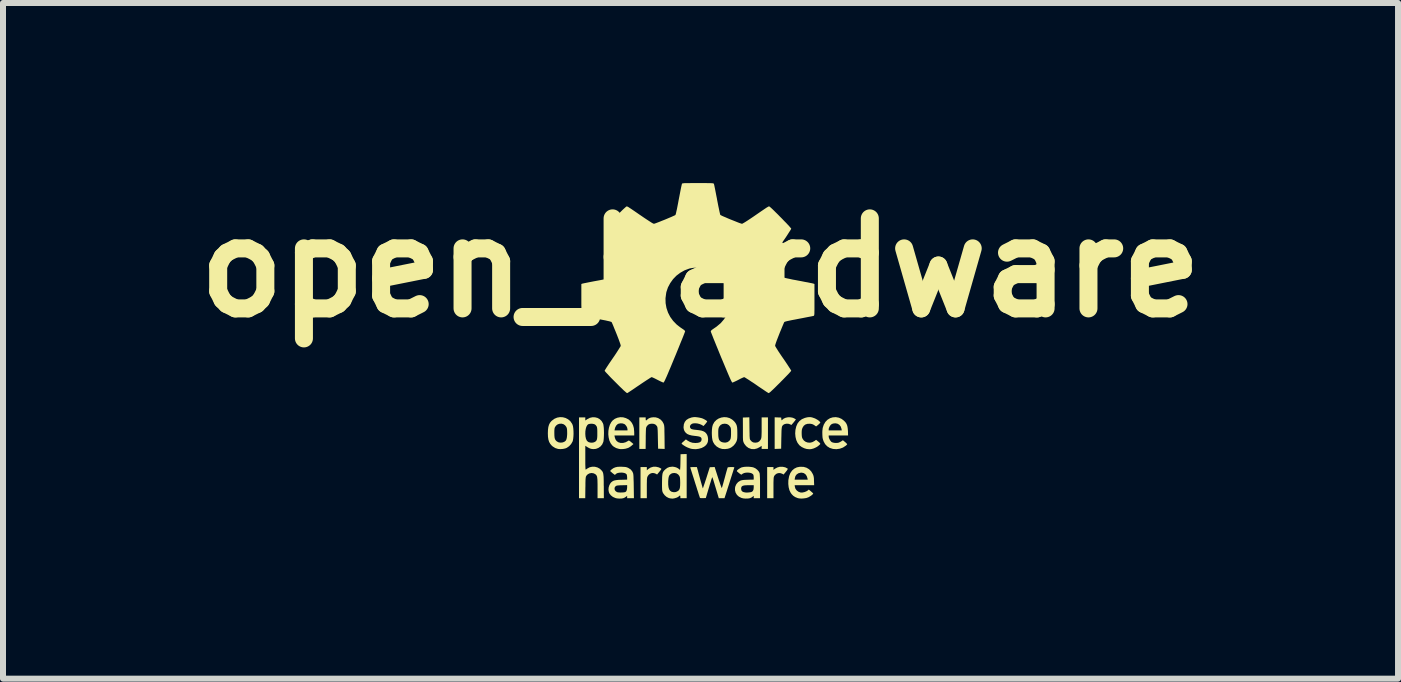
<source format=kicad_pcb>
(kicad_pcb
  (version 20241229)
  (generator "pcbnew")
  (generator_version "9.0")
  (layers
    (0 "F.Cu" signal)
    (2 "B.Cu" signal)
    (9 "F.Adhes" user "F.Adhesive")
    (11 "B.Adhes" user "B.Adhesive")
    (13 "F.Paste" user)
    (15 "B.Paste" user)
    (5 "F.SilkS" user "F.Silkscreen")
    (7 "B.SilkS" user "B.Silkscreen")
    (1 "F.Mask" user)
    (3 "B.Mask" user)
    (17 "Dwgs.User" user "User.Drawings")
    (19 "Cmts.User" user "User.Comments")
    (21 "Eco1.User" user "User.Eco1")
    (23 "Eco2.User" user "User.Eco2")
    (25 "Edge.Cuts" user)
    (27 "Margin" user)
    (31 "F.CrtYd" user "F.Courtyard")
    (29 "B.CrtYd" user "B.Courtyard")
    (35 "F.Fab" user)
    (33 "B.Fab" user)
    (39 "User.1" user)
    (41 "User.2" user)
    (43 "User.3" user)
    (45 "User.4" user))
  (footprint "open_hardware"
    (layer "F.Cu")
    (at 8.575 2.629)
    (property "Reference" "open_hardware" (at 0.046 -1.219 0) (layer "F.SilkS") (effects (font (size 1.5 1.5) (thickness 0.3))))
    (attr board_only exclude_from_pos_files exclude_from_bom)
    (fp_poly (pts (xy 1.46 2.108) (xy 1.498 2.128) (xy 1.5 2.133) (xy 1.497 2.142) (xy 1.488 2.157) (xy 1.47 2.18) (xy 1.469 2.181) (xy 1.431 2.227) (xy 1.405 2.213) (xy 1.372 2.203) (xy 1.339 2.204) (xy 1.309 2.216) (xy 1.284 2.238) (xy 1.273 2.255) (xy 1.27 2.263) (xy 1.267 2.273) (xy 1.265 2.287) (xy 1.264 2.307) (xy 1.263 2.334) (xy 1.262 2.369) (xy 1.262 2.415) (xy 1.262 2.45) (xy 1.262 2.622) (xy 1.209 2.622) (xy 1.157 2.622) (xy 1.157 2.363) (xy 1.157 2.103) (xy 1.209 2.103) (xy 1.262 2.103) (xy 1.262 2.126) (xy 1.262 2.15) (xy 1.285 2.132) (xy 1.325 2.11) (xy 1.369 2.098) (xy 1.415 2.098)) (stroke (width 0) (type solid)) (fill yes) (layer "F.SilkS"))
    (fp_poly (pts (xy -0.653 2.107) (xy -0.639 2.113) (xy -0.621 2.122) (xy -0.608 2.13) (xy -0.605 2.134) (xy -0.609 2.141) (xy -0.619 2.156) (xy -0.634 2.175) (xy -0.641 2.183) (xy -0.677 2.227) (xy -0.699 2.214) (xy -0.729 2.203) (xy -0.762 2.202) (xy -0.792 2.213) (xy -0.818 2.233) (xy -0.833 2.254) (xy -0.837 2.263) (xy -0.841 2.273) (xy -0.844 2.284) (xy -0.845 2.299) (xy -0.847 2.32) (xy -0.847 2.347) (xy -0.848 2.383) (xy -0.848 2.43) (xy -0.848 2.453) (xy -0.848 2.622) (xy -0.9 2.622) (xy -0.953 2.622) (xy -0.953 2.363) (xy -0.953 2.103) (xy -0.9 2.103) (xy -0.848 2.103) (xy -0.848 2.13) (xy -0.848 2.157) (xy -0.822 2.134) (xy -0.785 2.111) (xy -0.742 2.098) (xy -0.698 2.097)) (stroke (width 0) (type solid)) (fill yes) (layer "F.SilkS"))
    (fp_poly (pts (xy 1.547 1.274) (xy 1.586 1.282) (xy 1.615 1.296) (xy 1.636 1.309) (xy 1.624 1.326) (xy 1.612 1.341) (xy 1.596 1.361) (xy 1.586 1.373) (xy 1.56 1.402) (xy 1.54 1.391) (xy 1.513 1.382) (xy 1.483 1.38) (xy 1.455 1.385) (xy 1.437 1.392) (xy 1.426 1.4) (xy 1.417 1.408) (xy 1.41 1.417) (xy 1.404 1.429) (xy 1.401 1.445) (xy 1.398 1.468) (xy 1.396 1.499) (xy 1.395 1.538) (xy 1.394 1.589) (xy 1.393 1.617) (xy 1.39 1.797) (xy 1.336 1.799) (xy 1.282 1.801) (xy 1.282 1.538) (xy 1.282 1.274) (xy 1.336 1.276) (xy 1.39 1.278) (xy 1.393 1.304) (xy 1.396 1.32) (xy 1.399 1.324) (xy 1.405 1.32) (xy 1.405 1.319) (xy 1.432 1.296) (xy 1.466 1.281) (xy 1.506 1.273)) (stroke (width 0) (type solid)) (fill yes) (layer "F.SilkS"))
    (fp_poly (pts (xy 0.862 1.455) (xy 0.863 1.509) (xy 0.864 1.551) (xy 0.864 1.583) (xy 0.866 1.607) (xy 0.867 1.624) (xy 0.869 1.636) (xy 0.872 1.644) (xy 0.875 1.65) (xy 0.878 1.654) (xy 0.9 1.678) (xy 0.924 1.692) (xy 0.953 1.696) (xy 0.958 1.697) (xy 0.995 1.692) (xy 1.023 1.677) (xy 1.045 1.652) (xy 1.05 1.643) (xy 1.054 1.634) (xy 1.058 1.624) (xy 1.06 1.613) (xy 1.062 1.598) (xy 1.063 1.578) (xy 1.064 1.55) (xy 1.065 1.514) (xy 1.065 1.467) (xy 1.065 1.444) (xy 1.065 1.275) (xy 1.117 1.275) (xy 1.17 1.275) (xy 1.17 1.538) (xy 1.17 1.801) (xy 1.117 1.801) (xy 1.065 1.801) (xy 1.065 1.775) (xy 1.065 1.749) (xy 1.032 1.771) (xy 0.989 1.793) (xy 0.944 1.804) (xy 0.901 1.803) (xy 0.89 1.801) (xy 0.845 1.784) (xy 0.807 1.755) (xy 0.777 1.717) (xy 0.768 1.699) (xy 0.763 1.689) (xy 0.76 1.679) (xy 0.757 1.668) (xy 0.755 1.654) (xy 0.754 1.635) (xy 0.753 1.61) (xy 0.753 1.576) (xy 0.753 1.533) (xy 0.753 1.479) (xy 0.753 1.472) (xy 0.752 1.278) (xy 0.806 1.276) (xy 0.86 1.274)) (stroke (width 0) (type solid)) (fill yes) (layer "F.SilkS"))
    (fp_poly (pts (xy -0.7 1.275) (xy -0.662 1.286) (xy -0.654 1.29) (xy -0.617 1.313) (xy -0.59 1.342) (xy -0.57 1.377) (xy -0.566 1.387) (xy -0.563 1.397) (xy -0.56 1.408) (xy -0.558 1.423) (xy -0.556 1.443) (xy -0.555 1.469) (xy -0.555 1.503) (xy -0.554 1.547) (xy -0.553 1.603) (xy -0.553 1.605) (xy -0.551 1.801) (xy -0.606 1.799) (xy -0.66 1.797) (xy -0.664 1.62) (xy -0.665 1.566) (xy -0.666 1.524) (xy -0.667 1.492) (xy -0.669 1.468) (xy -0.67 1.45) (xy -0.673 1.438) (xy -0.676 1.429) (xy -0.679 1.422) (xy -0.7 1.398) (xy -0.728 1.384) (xy -0.762 1.38) (xy -0.797 1.384) (xy -0.825 1.397) (xy -0.846 1.42) (xy -0.849 1.424) (xy -0.853 1.432) (xy -0.857 1.44) (xy -0.86 1.45) (xy -0.862 1.464) (xy -0.863 1.482) (xy -0.864 1.508) (xy -0.865 1.542) (xy -0.866 1.587) (xy -0.866 1.625) (xy -0.868 1.801) (xy -0.921 1.801) (xy -0.973 1.801) (xy -0.973 1.538) (xy -0.973 1.275) (xy -0.92 1.275) (xy -0.867 1.275) (xy -0.867 1.301) (xy -0.866 1.32) (xy -0.861 1.326) (xy -0.851 1.321) (xy -0.841 1.311) (xy -0.814 1.291) (xy -0.779 1.278) (xy -0.74 1.273)) (stroke (width 0) (type solid)) (fill yes) (layer "F.SilkS"))
    (fp_poly (pts (xy -1.243 1.274) (xy -1.197 1.287) (xy -1.153 1.309) (xy -1.125 1.333) (xy -1.097 1.367) (xy -1.077 1.407) (xy -1.064 1.454) (xy -1.059 1.511) (xy -1.058 1.536) (xy -1.058 1.577) (xy -1.223 1.577) (xy -1.387 1.577) (xy -1.383 1.602) (xy -1.371 1.64) (xy -1.351 1.669) (xy -1.324 1.689) (xy -1.286 1.701) (xy -1.244 1.701) (xy -1.202 1.69) (xy -1.163 1.669) (xy -1.16 1.666) (xy -1.152 1.662) (xy -1.144 1.662) (xy -1.134 1.668) (xy -1.117 1.68) (xy -1.109 1.687) (xy -1.071 1.719) (xy -1.101 1.746) (xy -1.124 1.764) (xy -1.15 1.78) (xy -1.165 1.786) (xy -1.202 1.797) (xy -1.244 1.803) (xy -1.284 1.804) (xy -1.313 1.8) (xy -1.359 1.786) (xy -1.4 1.763) (xy -1.424 1.742) (xy -1.451 1.706) (xy -1.472 1.661) (xy -1.484 1.61) (xy -1.49 1.556) (xy -1.488 1.501) (xy -1.487 1.492) (xy -1.386 1.492) (xy -1.278 1.492) (xy -1.17 1.492) (xy -1.17 1.473) (xy -1.175 1.448) (xy -1.188 1.421) (xy -1.207 1.398) (xy -1.222 1.386) (xy -1.253 1.376) (xy -1.286 1.374) (xy -1.318 1.38) (xy -1.335 1.388) (xy -1.358 1.411) (xy -1.375 1.444) (xy -1.382 1.47) (xy -1.386 1.492) (xy -1.487 1.492) (xy -1.479 1.447) (xy -1.463 1.397) (xy -1.44 1.354) (xy -1.419 1.328) (xy -1.381 1.299) (xy -1.338 1.281) (xy -1.291 1.272)) (stroke (width 0) (type solid)) (fill yes) (layer "F.SilkS"))
    (fp_poly (pts (xy 1.765 2.1) (xy 1.813 2.114) (xy 1.855 2.139) (xy 1.89 2.174) (xy 1.913 2.212) (xy 1.923 2.232) (xy 1.929 2.25) (xy 1.933 2.269) (xy 1.936 2.293) (xy 1.937 2.325) (xy 1.937 2.33) (xy 1.94 2.405) (xy 1.778 2.405) (xy 1.615 2.405) (xy 1.619 2.433) (xy 1.629 2.466) (xy 1.651 2.494) (xy 1.68 2.515) (xy 1.715 2.527) (xy 1.744 2.527) (xy 1.778 2.52) (xy 1.809 2.508) (xy 1.832 2.494) (xy 1.851 2.478) (xy 1.887 2.508) (xy 1.905 2.524) (xy 1.918 2.536) (xy 1.924 2.543) (xy 1.924 2.543) (xy 1.921 2.551) (xy 1.909 2.563) (xy 1.891 2.578) (xy 1.869 2.592) (xy 1.847 2.605) (xy 1.84 2.608) (xy 1.808 2.619) (xy 1.768 2.625) (xy 1.727 2.628) (xy 1.689 2.625) (xy 1.666 2.62) (xy 1.624 2.603) (xy 1.591 2.581) (xy 1.564 2.553) (xy 1.548 2.53) (xy 1.528 2.489) (xy 1.515 2.439) (xy 1.509 2.384) (xy 1.51 2.325) (xy 1.511 2.314) (xy 1.512 2.313) (xy 1.615 2.313) (xy 1.724 2.313) (xy 1.833 2.313) (xy 1.829 2.292) (xy 1.816 2.253) (xy 1.796 2.224) (xy 1.768 2.204) (xy 1.733 2.196) (xy 1.714 2.197) (xy 1.678 2.206) (xy 1.649 2.225) (xy 1.628 2.253) (xy 1.619 2.286) (xy 1.615 2.313) (xy 1.512 2.313) (xy 1.523 2.254) (xy 1.543 2.203) (xy 1.572 2.161) (xy 1.608 2.13) (xy 1.652 2.108) (xy 1.703 2.098) (xy 1.71 2.098)) (stroke (width 0) (type solid)) (fill yes) (layer "F.SilkS"))
    (fp_poly (pts (xy 1.877 1.271) (xy 1.902 1.275) (xy 1.912 1.278) (xy 1.955 1.293) (xy 1.995 1.315) (xy 2.028 1.341) (xy 2.031 1.344) (xy 2.041 1.355) (xy 2.042 1.363) (xy 2.035 1.372) (xy 2.033 1.374) (xy 2.02 1.387) (xy 2.003 1.402) (xy 1.997 1.407) (xy 1.972 1.426) (xy 1.942 1.405) (xy 1.922 1.393) (xy 1.903 1.386) (xy 1.88 1.382) (xy 1.868 1.381) (xy 1.826 1.383) (xy 1.792 1.395) (xy 1.766 1.416) (xy 1.749 1.443) (xy 1.741 1.461) (xy 1.736 1.478) (xy 1.733 1.499) (xy 1.732 1.528) (xy 1.732 1.538) (xy 1.733 1.57) (xy 1.735 1.593) (xy 1.739 1.612) (xy 1.747 1.63) (xy 1.747 1.631) (xy 1.769 1.661) (xy 1.798 1.682) (xy 1.832 1.694) (xy 1.87 1.697) (xy 1.907 1.689) (xy 1.943 1.67) (xy 1.948 1.667) (xy 1.972 1.649) (xy 1.996 1.668) (xy 2.014 1.683) (xy 2.03 1.697) (xy 2.033 1.701) (xy 2.042 1.712) (xy 2.041 1.72) (xy 2.033 1.729) (xy 2.007 1.752) (xy 1.973 1.774) (xy 1.936 1.791) (xy 1.924 1.795) (xy 1.894 1.803) (xy 1.868 1.806) (xy 1.839 1.804) (xy 1.813 1.801) (xy 1.774 1.789) (xy 1.733 1.769) (xy 1.698 1.743) (xy 1.692 1.737) (xy 1.663 1.699) (xy 1.642 1.653) (xy 1.629 1.6) (xy 1.624 1.542) (xy 1.628 1.484) (xy 1.642 1.425) (xy 1.664 1.375) (xy 1.696 1.335) (xy 1.736 1.305) (xy 1.785 1.284) (xy 1.825 1.274) (xy 1.854 1.271)) (stroke (width 0) (type solid)) (fill yes) (layer "F.SilkS"))
    (fp_poly (pts (xy 2.351 1.28) (xy 2.398 1.301) (xy 2.437 1.331) (xy 2.462 1.357) (xy 2.48 1.385) (xy 2.492 1.417) (xy 2.499 1.456) (xy 2.503 1.503) (xy 2.505 1.577) (xy 2.344 1.577) (xy 2.182 1.577) (xy 2.182 1.596) (xy 2.186 1.618) (xy 2.198 1.644) (xy 2.213 1.668) (xy 2.229 1.685) (xy 2.25 1.694) (xy 2.278 1.7) (xy 2.309 1.701) (xy 2.338 1.699) (xy 2.348 1.696) (xy 2.37 1.687) (xy 2.392 1.674) (xy 2.396 1.672) (xy 2.419 1.656) (xy 2.455 1.686) (xy 2.473 1.702) (xy 2.485 1.715) (xy 2.491 1.722) (xy 2.491 1.722) (xy 2.486 1.729) (xy 2.474 1.741) (xy 2.467 1.747) (xy 2.42 1.778) (xy 2.367 1.797) (xy 2.311 1.805) (xy 2.254 1.801) (xy 2.251 1.8) (xy 2.2 1.784) (xy 2.157 1.757) (xy 2.123 1.721) (xy 2.097 1.674) (xy 2.084 1.634) (xy 2.079 1.606) (xy 2.077 1.57) (xy 2.076 1.53) (xy 2.077 1.492) (xy 2.078 1.492) (xy 2.182 1.492) (xy 2.291 1.492) (xy 2.4 1.492) (xy 2.396 1.467) (xy 2.383 1.429) (xy 2.362 1.401) (xy 2.333 1.382) (xy 2.298 1.374) (xy 2.291 1.374) (xy 2.261 1.377) (xy 2.235 1.385) (xy 2.234 1.386) (xy 2.214 1.402) (xy 2.197 1.427) (xy 2.185 1.454) (xy 2.182 1.473) (xy 2.182 1.492) (xy 2.078 1.492) (xy 2.081 1.461) (xy 2.082 1.452) (xy 2.1 1.397) (xy 2.127 1.351) (xy 2.162 1.315) (xy 2.204 1.289) (xy 2.249 1.275) (xy 2.301 1.271)) (stroke (width 0) (type solid)) (fill yes) (layer "F.SilkS"))
    (fp_poly (pts (xy -2.248 1.273) (xy -2.202 1.285) (xy -2.16 1.307) (xy -2.124 1.337) (xy -2.096 1.377) (xy -2.086 1.397) (xy -2.078 1.424) (xy -2.073 1.46) (xy -2.07 1.503) (xy -2.069 1.548) (xy -2.071 1.592) (xy -2.075 1.632) (xy -2.081 1.665) (xy -2.086 1.679) (xy -2.11 1.72) (xy -2.142 1.755) (xy -2.181 1.782) (xy -2.208 1.793) (xy -2.247 1.801) (xy -2.29 1.804) (xy -2.327 1.801) (xy -2.374 1.786) (xy -2.417 1.759) (xy -2.434 1.744) (xy -2.458 1.715) (xy -2.476 1.683) (xy -2.488 1.645) (xy -2.495 1.599) (xy -2.497 1.542) (xy -2.497 1.538) (xy -2.389 1.538) (xy -2.388 1.58) (xy -2.385 1.612) (xy -2.379 1.636) (xy -2.369 1.654) (xy -2.355 1.669) (xy -2.345 1.677) (xy -2.316 1.692) (xy -2.282 1.696) (xy -2.247 1.692) (xy -2.216 1.678) (xy -2.216 1.678) (xy -2.199 1.663) (xy -2.187 1.64) (xy -2.18 1.609) (xy -2.176 1.568) (xy -2.175 1.538) (xy -2.176 1.503) (xy -2.177 1.478) (xy -2.18 1.46) (xy -2.184 1.446) (xy -2.19 1.433) (xy -2.211 1.406) (xy -2.238 1.388) (xy -2.269 1.38) (xy -2.301 1.381) (xy -2.332 1.391) (xy -2.359 1.411) (xy -2.375 1.433) (xy -2.381 1.444) (xy -2.385 1.457) (xy -2.387 1.475) (xy -2.389 1.499) (xy -2.389 1.534) (xy -2.389 1.538) (xy -2.497 1.538) (xy -2.495 1.482) (xy -2.489 1.436) (xy -2.478 1.398) (xy -2.462 1.366) (xy -2.439 1.338) (xy -2.429 1.329) (xy -2.387 1.298) (xy -2.342 1.279) (xy -2.295 1.271)) (stroke (width 0) (type solid)) (fill yes) (layer "F.SilkS"))
    (fp_poly (pts (xy 0.485 1.274) (xy 0.531 1.287) (xy 0.573 1.311) (xy 0.607 1.341) (xy 0.626 1.364) (xy 0.64 1.387) (xy 0.65 1.412) (xy 0.656 1.442) (xy 0.659 1.48) (xy 0.66 1.527) (xy 0.66 1.541) (xy 0.66 1.581) (xy 0.659 1.61) (xy 0.657 1.633) (xy 0.654 1.65) (xy 0.649 1.666) (xy 0.645 1.677) (xy 0.626 1.711) (xy 0.598 1.745) (xy 0.564 1.772) (xy 0.537 1.787) (xy 0.501 1.798) (xy 0.458 1.803) (xy 0.416 1.802) (xy 0.406 1.801) (xy 0.358 1.786) (xy 0.315 1.76) (xy 0.28 1.725) (xy 0.256 1.685) (xy 0.246 1.655) (xy 0.239 1.615) (xy 0.236 1.57) (xy 0.235 1.538) (xy 0.342 1.538) (xy 0.343 1.586) (xy 0.348 1.622) (xy 0.357 1.65) (xy 0.372 1.669) (xy 0.392 1.683) (xy 0.419 1.692) (xy 0.419 1.692) (xy 0.457 1.696) (xy 0.492 1.689) (xy 0.512 1.677) (xy 0.529 1.663) (xy 0.541 1.646) (xy 0.549 1.626) (xy 0.553 1.598) (xy 0.555 1.562) (xy 0.555 1.538) (xy 0.555 1.502) (xy 0.554 1.477) (xy 0.552 1.459) (xy 0.548 1.445) (xy 0.542 1.434) (xy 0.542 1.433) (xy 0.518 1.404) (xy 0.488 1.386) (xy 0.451 1.38) (xy 0.451 1.38) (xy 0.413 1.385) (xy 0.383 1.4) (xy 0.361 1.425) (xy 0.357 1.433) (xy 0.35 1.447) (xy 0.346 1.462) (xy 0.343 1.481) (xy 0.342 1.507) (xy 0.342 1.538) (xy 0.235 1.538) (xy 0.235 1.523) (xy 0.237 1.476) (xy 0.242 1.435) (xy 0.251 1.402) (xy 0.253 1.396) (xy 0.277 1.353) (xy 0.31 1.319) (xy 0.349 1.294) (xy 0.393 1.278) (xy 0.439 1.271)) (stroke (width 0) (type solid)) (fill yes) (layer "F.SilkS"))
    (fp_poly (pts (xy -0.184 2.254) (xy -0.184 2.622) (xy -0.237 2.622) (xy -0.289 2.622) (xy -0.289 2.599) (xy -0.291 2.582) (xy -0.297 2.577) (xy -0.307 2.584) (xy -0.312 2.589) (xy -0.329 2.602) (xy -0.355 2.614) (xy -0.385 2.623) (xy -0.414 2.628) (xy -0.426 2.628) (xy -0.452 2.626) (xy -0.478 2.62) (xy -0.484 2.618) (xy -0.519 2.6) (xy -0.551 2.572) (xy -0.575 2.54) (xy -0.579 2.532) (xy -0.585 2.521) (xy -0.588 2.51) (xy -0.591 2.497) (xy -0.593 2.48) (xy -0.594 2.457) (xy -0.595 2.426) (xy -0.595 2.394) (xy -0.492 2.394) (xy -0.487 2.438) (xy -0.477 2.472) (xy -0.461 2.496) (xy -0.439 2.512) (xy -0.433 2.515) (xy -0.398 2.522) (xy -0.366 2.519) (xy -0.344 2.51) (xy -0.326 2.499) (xy -0.312 2.486) (xy -0.302 2.467) (xy -0.296 2.443) (xy -0.293 2.409) (xy -0.292 2.364) (xy -0.292 2.363) (xy -0.293 2.326) (xy -0.294 2.299) (xy -0.296 2.28) (xy -0.3 2.266) (xy -0.305 2.253) (xy -0.306 2.251) (xy -0.326 2.226) (xy -0.352 2.209) (xy -0.382 2.202) (xy -0.413 2.203) (xy -0.442 2.213) (xy -0.466 2.232) (xy -0.477 2.249) (xy -0.484 2.27) (xy -0.489 2.301) (xy -0.492 2.339) (xy -0.492 2.394) (xy -0.595 2.394) (xy -0.595 2.385) (xy -0.595 2.366) (xy -0.594 2.312) (xy -0.593 2.27) (xy -0.59 2.236) (xy -0.586 2.21) (xy -0.579 2.19) (xy -0.569 2.172) (xy -0.556 2.157) (xy -0.539 2.141) (xy -0.506 2.116) (xy -0.471 2.102) (xy -0.43 2.097) (xy -0.42 2.096) (xy -0.391 2.1) (xy -0.36 2.108) (xy -0.333 2.121) (xy -0.313 2.135) (xy -0.31 2.138) (xy -0.3 2.147) (xy -0.295 2.149) (xy -0.293 2.143) (xy -0.292 2.125) (xy -0.29 2.099) (xy -0.289 2.065) (xy -0.288 2.026) (xy -0.288 2.019) (xy -0.286 1.889) (xy -0.235 1.887) (xy -0.184 1.886)) (stroke (width 0) (type solid)) (fill yes) (layer "F.SilkS"))
    (fp_poly (pts (xy -0.012 1.273) (xy 0.026 1.279) (xy 0.061 1.287) (xy 0.085 1.295) (xy 0.109 1.307) (xy 0.132 1.32) (xy 0.149 1.332) (xy 0.157 1.341) (xy 0.158 1.343) (xy 0.154 1.35) (xy 0.143 1.365) (xy 0.129 1.383) (xy 0.128 1.384) (xy 0.097 1.419) (xy 0.061 1.398) (xy 0.029 1.385) (xy -0.008 1.376) (xy -0.045 1.373) (xy -0.078 1.376) (xy -0.098 1.383) (xy -0.118 1.399) (xy -0.129 1.419) (xy -0.129 1.44) (xy -0.119 1.458) (xy -0.106 1.469) (xy -0.089 1.474) (xy -0.065 1.479) (xy -0.038 1.482) (xy -0.038 1.482) (xy 0.016 1.488) (xy 0.06 1.495) (xy 0.093 1.506) (xy 0.119 1.52) (xy 0.139 1.539) (xy 0.155 1.563) (xy 0.157 1.566) (xy 0.168 1.599) (xy 0.173 1.638) (xy 0.17 1.675) (xy 0.161 1.704) (xy 0.139 1.737) (xy 0.106 1.764) (xy 0.065 1.785) (xy 0.018 1.798) (xy -0.032 1.805) (xy -0.085 1.802) (xy -0.099 1.8) (xy -0.124 1.794) (xy -0.154 1.783) (xy -0.176 1.774) (xy -0.2 1.762) (xy -0.225 1.747) (xy -0.246 1.733) (xy -0.262 1.72) (xy -0.269 1.711) (xy -0.269 1.71) (xy -0.265 1.704) (xy -0.253 1.691) (xy -0.235 1.676) (xy -0.233 1.674) (xy -0.197 1.642) (xy -0.168 1.663) (xy -0.128 1.685) (xy -0.087 1.698) (xy -0.04 1.702) (xy -0.038 1.702) (xy 0.004 1.699) (xy 0.035 1.69) (xy 0.055 1.674) (xy 0.064 1.652) (xy 0.064 1.635) (xy 0.061 1.619) (xy 0.051 1.607) (xy 0.035 1.598) (xy 0.009 1.591) (xy -0.027 1.586) (xy -0.046 1.584) (xy -0.099 1.577) (xy -0.142 1.566) (xy -0.174 1.552) (xy -0.199 1.532) (xy -0.218 1.507) (xy -0.224 1.495) (xy -0.232 1.472) (xy -0.236 1.445) (xy -0.236 1.437) (xy -0.231 1.39) (xy -0.215 1.35) (xy -0.189 1.318) (xy -0.151 1.294) (xy -0.103 1.277) (xy -0.075 1.272) (xy -0.047 1.27)) (stroke (width 0) (type solid)) (fill yes) (layer "F.SilkS"))
    (fp_poly (pts (xy -1.261 2.098) (xy -1.227 2.1) (xy -1.202 2.102) (xy -1.182 2.107) (xy -1.164 2.114) (xy -1.154 2.119) (xy -1.118 2.142) (xy -1.092 2.173) (xy -1.078 2.202) (xy -1.075 2.214) (xy -1.072 2.234) (xy -1.07 2.264) (xy -1.069 2.305) (xy -1.067 2.356) (xy -1.066 2.42) (xy -1.066 2.423) (xy -1.063 2.622) (xy -1.12 2.622) (xy -1.176 2.622) (xy -1.176 2.602) (xy -1.176 2.582) (xy -1.196 2.598) (xy -1.217 2.612) (xy -1.239 2.621) (xy -1.241 2.622) (xy -1.271 2.627) (xy -1.308 2.628) (xy -1.345 2.625) (xy -1.371 2.619) (xy -1.414 2.6) (xy -1.448 2.573) (xy -1.473 2.54) (xy -1.481 2.518) (xy -1.487 2.482) (xy -1.486 2.468) (xy -1.386 2.468) (xy -1.379 2.49) (xy -1.363 2.509) (xy -1.339 2.522) (xy -1.33 2.524) (xy -1.31 2.526) (xy -1.283 2.527) (xy -1.254 2.526) (xy -1.228 2.524) (xy -1.209 2.52) (xy -1.206 2.519) (xy -1.192 2.508) (xy -1.182 2.486) (xy -1.177 2.456) (xy -1.176 2.441) (xy -1.176 2.404) (xy -1.265 2.406) (xy -1.3 2.407) (xy -1.326 2.409) (xy -1.343 2.411) (xy -1.354 2.414) (xy -1.363 2.419) (xy -1.37 2.424) (xy -1.384 2.445) (xy -1.386 2.468) (xy -1.486 2.468) (xy -1.484 2.443) (xy -1.472 2.404) (xy -1.454 2.372) (xy -1.442 2.358) (xy -1.424 2.343) (xy -1.405 2.332) (xy -1.383 2.325) (xy -1.355 2.32) (xy -1.318 2.316) (xy -1.273 2.315) (xy -1.176 2.312) (xy -1.176 2.276) (xy -1.178 2.253) (xy -1.181 2.234) (xy -1.183 2.227) (xy -1.198 2.212) (xy -1.223 2.201) (xy -1.254 2.196) (xy -1.271 2.195) (xy -1.307 2.197) (xy -1.334 2.202) (xy -1.354 2.211) (xy -1.364 2.219) (xy -1.38 2.234) (xy -1.42 2.204) (xy -1.438 2.188) (xy -1.452 2.176) (xy -1.459 2.169) (xy -1.459 2.168) (xy -1.454 2.161) (xy -1.442 2.149) (xy -1.431 2.139) (xy -1.403 2.12) (xy -1.372 2.107) (xy -1.335 2.099) (xy -1.289 2.097)) (stroke (width 0) (type solid)) (fill yes) (layer "F.SilkS"))
    (fp_poly (pts (xy 0.859 2.098) (xy 0.901 2.103) (xy 0.923 2.107) (xy 0.958 2.122) (xy 0.989 2.145) (xy 1.014 2.172) (xy 1.03 2.201) (xy 1.031 2.205) (xy 1.033 2.22) (xy 1.035 2.247) (xy 1.037 2.285) (xy 1.038 2.333) (xy 1.038 2.39) (xy 1.038 2.427) (xy 1.038 2.622) (xy 0.986 2.622) (xy 0.933 2.622) (xy 0.933 2.602) (xy 0.933 2.582) (xy 0.913 2.598) (xy 0.893 2.612) (xy 0.87 2.621) (xy 0.869 2.622) (xy 0.837 2.627) (xy 0.798 2.628) (xy 0.76 2.625) (xy 0.728 2.617) (xy 0.728 2.617) (xy 0.686 2.596) (xy 0.654 2.567) (xy 0.632 2.531) (xy 0.621 2.49) (xy 0.621 2.466) (xy 0.723 2.466) (xy 0.728 2.492) (xy 0.744 2.511) (xy 0.764 2.52) (xy 0.782 2.524) (xy 0.792 2.526) (xy 0.811 2.528) (xy 0.837 2.527) (xy 0.864 2.524) (xy 0.888 2.52) (xy 0.904 2.514) (xy 0.905 2.514) (xy 0.921 2.497) (xy 0.93 2.474) (xy 0.933 2.44) (xy 0.933 2.438) (xy 0.933 2.405) (xy 0.851 2.405) (xy 0.806 2.406) (xy 0.773 2.409) (xy 0.749 2.416) (xy 0.734 2.426) (xy 0.726 2.441) (xy 0.723 2.461) (xy 0.723 2.466) (xy 0.621 2.466) (xy 0.622 2.446) (xy 0.627 2.424) (xy 0.645 2.385) (xy 0.673 2.353) (xy 0.71 2.33) (xy 0.724 2.325) (xy 0.74 2.321) (xy 0.76 2.318) (xy 0.788 2.316) (xy 0.826 2.315) (xy 0.836 2.314) (xy 0.933 2.312) (xy 0.933 2.274) (xy 0.931 2.246) (xy 0.925 2.228) (xy 0.922 2.223) (xy 0.901 2.208) (xy 0.873 2.199) (xy 0.84 2.195) (xy 0.805 2.196) (xy 0.774 2.202) (xy 0.748 2.214) (xy 0.737 2.223) (xy 0.731 2.228) (xy 0.724 2.228) (xy 0.713 2.222) (xy 0.695 2.209) (xy 0.689 2.204) (xy 0.671 2.189) (xy 0.657 2.177) (xy 0.651 2.17) (xy 0.651 2.169) (xy 0.656 2.159) (xy 0.67 2.145) (xy 0.69 2.131) (xy 0.711 2.118) (xy 0.732 2.108) (xy 0.737 2.107) (xy 0.772 2.1) (xy 0.815 2.097)) (stroke (width 0) (type solid)) (fill yes) (layer "F.SilkS"))
    (fp_poly (pts (xy 0.339 2.28) (xy 0.354 2.326) (xy 0.368 2.366) (xy 0.38 2.401) (xy 0.39 2.428) (xy 0.397 2.446) (xy 0.401 2.453) (xy 0.401 2.453) (xy 0.404 2.445) (xy 0.41 2.427) (xy 0.418 2.399) (xy 0.428 2.364) (xy 0.439 2.323) (xy 0.45 2.284) (xy 0.462 2.239) (xy 0.473 2.198) (xy 0.483 2.163) (xy 0.491 2.136) (xy 0.496 2.118) (xy 0.498 2.111) (xy 0.505 2.107) (xy 0.524 2.104) (xy 0.554 2.103) (xy 0.557 2.103) (xy 0.585 2.103) (xy 0.602 2.105) (xy 0.609 2.108) (xy 0.61 2.111) (xy 0.607 2.12) (xy 0.6 2.139) (xy 0.592 2.166) (xy 0.581 2.2) (xy 0.569 2.237) (xy 0.569 2.238) (xy 0.554 2.284) (xy 0.537 2.338) (xy 0.519 2.395) (xy 0.501 2.45) (xy 0.489 2.489) (xy 0.446 2.622) (xy 0.399 2.622) (xy 0.351 2.622) (xy 0.299 2.448) (xy 0.285 2.402) (xy 0.273 2.361) (xy 0.262 2.325) (xy 0.253 2.297) (xy 0.246 2.279) (xy 0.243 2.271) (xy 0.243 2.27) (xy 0.24 2.276) (xy 0.234 2.292) (xy 0.225 2.318) (xy 0.215 2.352) (xy 0.202 2.392) (xy 0.189 2.437) (xy 0.187 2.443) (xy 0.135 2.619) (xy 0.087 2.621) (xy 0.059 2.621) (xy 0.043 2.619) (xy 0.036 2.615) (xy 0.036 2.614) (xy 0.033 2.604) (xy 0.026 2.583) (xy 0.016 2.554) (xy 0.005 2.517) (xy -0.009 2.475) (xy -0.023 2.429) (xy -0.039 2.38) (xy -0.054 2.332) (xy -0.069 2.284) (xy -0.084 2.238) (xy -0.097 2.197) (xy -0.108 2.162) (xy -0.117 2.134) (xy -0.122 2.115) (xy -0.125 2.107) (xy -0.125 2.107) (xy -0.119 2.105) (xy -0.103 2.104) (xy -0.079 2.103) (xy -0.069 2.103) (xy -0.014 2.103) (xy -0.008 2.124) (xy -0.005 2.137) (xy 0.002 2.159) (xy 0.01 2.191) (xy 0.02 2.229) (xy 0.032 2.272) (xy 0.04 2.302) (xy 0.052 2.345) (xy 0.063 2.383) (xy 0.072 2.415) (xy 0.079 2.44) (xy 0.084 2.454) (xy 0.085 2.458) (xy 0.088 2.452) (xy 0.094 2.435) (xy 0.103 2.408) (xy 0.115 2.374) (xy 0.128 2.334) (xy 0.143 2.289) (xy 0.145 2.282) (xy 0.201 2.106) (xy 0.242 2.104) (xy 0.282 2.102)) (stroke (width 0) (type solid)) (fill yes) (layer "F.SilkS"))
    (fp_poly (pts (xy -1.711 1.274) (xy -1.67 1.284) (xy -1.633 1.305) (xy -1.603 1.334) (xy -1.58 1.372) (xy -1.573 1.391) (xy -1.569 1.415) (xy -1.565 1.449) (xy -1.563 1.49) (xy -1.562 1.534) (xy -1.563 1.578) (xy -1.565 1.62) (xy -1.568 1.655) (xy -1.572 1.681) (xy -1.573 1.684) (xy -1.591 1.725) (xy -1.619 1.759) (xy -1.655 1.784) (xy -1.696 1.8) (xy -1.74 1.804) (xy -1.773 1.8) (xy -1.796 1.793) (xy -1.822 1.78) (xy -1.838 1.771) (xy -1.873 1.748) (xy -1.873 1.949) (xy -1.873 2.007) (xy -1.873 2.054) (xy -1.872 2.09) (xy -1.871 2.115) (xy -1.87 2.133) (xy -1.868 2.142) (xy -1.866 2.145) (xy -1.865 2.145) (xy -1.854 2.138) (xy -1.839 2.127) (xy -1.837 2.126) (xy -1.799 2.106) (xy -1.757 2.097) (xy -1.713 2.098) (xy -1.671 2.109) (xy -1.634 2.129) (xy -1.618 2.143) (xy -1.604 2.157) (xy -1.594 2.169) (xy -1.585 2.181) (xy -1.579 2.196) (xy -1.574 2.214) (xy -1.571 2.236) (xy -1.568 2.266) (xy -1.567 2.303) (xy -1.566 2.351) (xy -1.566 2.409) (xy -1.565 2.42) (xy -1.564 2.622) (xy -1.616 2.622) (xy -1.669 2.622) (xy -1.669 2.45) (xy -1.669 2.393) (xy -1.67 2.347) (xy -1.671 2.312) (xy -1.674 2.284) (xy -1.677 2.264) (xy -1.683 2.249) (xy -1.69 2.237) (xy -1.699 2.228) (xy -1.71 2.219) (xy -1.738 2.206) (xy -1.771 2.202) (xy -1.803 2.208) (xy -1.832 2.223) (xy -1.854 2.246) (xy -1.855 2.247) (xy -1.859 2.255) (xy -1.863 2.263) (xy -1.865 2.273) (xy -1.867 2.287) (xy -1.869 2.307) (xy -1.87 2.333) (xy -1.871 2.369) (xy -1.871 2.415) (xy -1.872 2.446) (xy -1.874 2.622) (xy -1.926 2.622) (xy -1.978 2.622) (xy -1.978 1.949) (xy -1.978 1.551) (xy -1.873 1.551) (xy -1.87 1.593) (xy -1.862 1.631) (xy -1.849 1.66) (xy -1.842 1.669) (xy -1.821 1.686) (xy -1.792 1.695) (xy -1.76 1.697) (xy -1.729 1.691) (xy -1.711 1.682) (xy -1.697 1.672) (xy -1.686 1.658) (xy -1.679 1.64) (xy -1.675 1.615) (xy -1.673 1.581) (xy -1.673 1.541) (xy -1.673 1.502) (xy -1.674 1.473) (xy -1.676 1.453) (xy -1.679 1.438) (xy -1.684 1.425) (xy -1.702 1.401) (xy -1.725 1.387) (xy -1.758 1.381) (xy -1.781 1.381) (xy -1.805 1.384) (xy -1.82 1.388) (xy -1.832 1.396) (xy -1.841 1.406) (xy -1.856 1.433) (xy -1.866 1.468) (xy -1.872 1.508) (xy -1.873 1.551) (xy -1.978 1.551) (xy -1.978 1.275) (xy -1.926 1.275) (xy -1.873 1.275) (xy -1.873 1.301) (xy -1.873 1.327) (xy -1.84 1.305) (xy -1.798 1.283) (xy -1.754 1.273)) (stroke (width 0) (type solid)) (fill yes) (layer "F.SilkS"))
    (fp_poly (pts (xy 0.068 -2.629) (xy 0.122 -2.629) (xy 0.164 -2.628) (xy 0.198 -2.628) (xy 0.223 -2.627) (xy 0.241 -2.626) (xy 0.253 -2.625) (xy 0.261 -2.623) (xy 0.266 -2.62) (xy 0.268 -2.618) (xy 0.269 -2.616) (xy 0.272 -2.607) (xy 0.277 -2.586) (xy 0.283 -2.556) (xy 0.291 -2.517) (xy 0.3 -2.471) (xy 0.31 -2.419) (xy 0.321 -2.364) (xy 0.322 -2.355) (xy 0.333 -2.299) (xy 0.343 -2.247) (xy 0.353 -2.201) (xy 0.361 -2.161) (xy 0.368 -2.13) (xy 0.373 -2.109) (xy 0.377 -2.098) (xy 0.377 -2.098) (xy 0.386 -2.093) (xy 0.405 -2.083) (xy 0.432 -2.071) (xy 0.466 -2.057) (xy 0.504 -2.04) (xy 0.545 -2.023) (xy 0.586 -2.007) (xy 0.626 -1.991) (xy 0.663 -1.976) (xy 0.694 -1.964) (xy 0.718 -1.956) (xy 0.733 -1.951) (xy 0.736 -1.951) (xy 0.746 -1.953) (xy 0.763 -1.963) (xy 0.789 -1.978) (xy 0.825 -2.001) (xy 0.869 -2.03) (xy 0.924 -2.067) (xy 0.956 -2.089) (xy 1.011 -2.127) (xy 1.056 -2.158) (xy 1.093 -2.183) (xy 1.121 -2.202) (xy 1.143 -2.217) (xy 1.16 -2.227) (xy 1.172 -2.234) (xy 1.18 -2.238) (xy 1.185 -2.24) (xy 1.19 -2.24) (xy 1.193 -2.239) (xy 1.195 -2.238) (xy 1.203 -2.232) (xy 1.219 -2.218) (xy 1.242 -2.197) (xy 1.269 -2.171) (xy 1.3 -2.14) (xy 1.335 -2.106) (xy 1.37 -2.07) (xy 1.406 -2.034) (xy 1.44 -1.998) (xy 1.473 -1.965) (xy 1.502 -1.934) (xy 1.526 -1.908) (xy 1.544 -1.887) (xy 1.555 -1.874) (xy 1.558 -1.869) (xy 1.554 -1.861) (xy 1.544 -1.843) (xy 1.527 -1.817) (xy 1.506 -1.784) (xy 1.481 -1.745) (xy 1.452 -1.702) (xy 1.42 -1.656) (xy 1.416 -1.649) (xy 1.374 -1.587) (xy 1.339 -1.535) (xy 1.311 -1.492) (xy 1.292 -1.46) (xy 1.279 -1.438) (xy 1.275 -1.427) (xy 1.275 -1.426) (xy 1.278 -1.415) (xy 1.285 -1.393) (xy 1.296 -1.364) (xy 1.31 -1.329) (xy 1.326 -1.29) (xy 1.344 -1.248) (xy 1.362 -1.206) (xy 1.38 -1.166) (xy 1.397 -1.129) (xy 1.412 -1.098) (xy 1.424 -1.073) (xy 1.433 -1.058) (xy 1.436 -1.054) (xy 1.446 -1.051) (xy 1.466 -1.046) (xy 1.497 -1.039) (xy 1.536 -1.031) (xy 1.581 -1.021) (xy 1.632 -1.012) (xy 1.683 -1.002) (xy 1.737 -0.992) (xy 1.787 -0.982) (xy 1.833 -0.974) (xy 1.871 -0.966) (xy 1.902 -0.96) (xy 1.922 -0.955) (xy 1.93 -0.953) (xy 1.945 -0.947) (xy 1.945 -0.684) (xy 1.945 -0.618) (xy 1.945 -0.565) (xy 1.945 -0.521) (xy 1.944 -0.488) (xy 1.944 -0.462) (xy 1.943 -0.444) (xy 1.941 -0.432) (xy 1.939 -0.424) (xy 1.937 -0.419) (xy 1.934 -0.417) (xy 1.934 -0.417) (xy 1.925 -0.415) (xy 1.905 -0.41) (xy 1.874 -0.404) (xy 1.836 -0.397) (xy 1.79 -0.388) (xy 1.74 -0.378) (xy 1.686 -0.368) (xy 1.62 -0.355) (xy 1.566 -0.345) (xy 1.524 -0.336) (xy 1.491 -0.329) (xy 1.467 -0.323) (xy 1.452 -0.318) (xy 1.443 -0.314) (xy 1.442 -0.312) (xy 1.437 -0.303) (xy 1.429 -0.284) (xy 1.417 -0.256) (xy 1.402 -0.22) (xy 1.385 -0.178) (xy 1.366 -0.133) (xy 1.36 -0.117) (xy 1.336 -0.056) (xy 1.317 -0.007) (xy 1.303 0.032) (xy 1.294 0.06) (xy 1.29 0.077) (xy 1.29 0.084) (xy 1.294 0.093) (xy 1.305 0.112) (xy 1.322 0.139) (xy 1.343 0.173) (xy 1.369 0.212) (xy 1.398 0.255) (xy 1.425 0.294) (xy 1.456 0.339) (xy 1.484 0.381) (xy 1.509 0.419) (xy 1.529 0.45) (xy 1.545 0.475) (xy 1.555 0.492) (xy 1.558 0.498) (xy 1.553 0.505) (xy 1.54 0.52) (xy 1.52 0.543) (xy 1.493 0.571) (xy 1.461 0.604) (xy 1.425 0.641) (xy 1.385 0.681) (xy 1.375 0.692) (xy 1.327 0.739) (xy 1.288 0.778) (xy 1.256 0.809) (xy 1.231 0.832) (xy 1.212 0.85) (xy 1.198 0.861) (xy 1.188 0.868) (xy 1.182 0.87) (xy 1.179 0.87) (xy 1.171 0.865) (xy 1.153 0.854) (xy 1.127 0.837) (xy 1.095 0.815) (xy 1.056 0.789) (xy 1.014 0.761) (xy 0.977 0.735) (xy 0.932 0.704) (xy 0.89 0.677) (xy 0.853 0.652) (xy 0.821 0.632) (xy 0.796 0.616) (xy 0.78 0.607) (xy 0.774 0.605) (xy 0.764 0.608) (xy 0.745 0.616) (xy 0.719 0.628) (xy 0.688 0.644) (xy 0.675 0.651) (xy 0.643 0.667) (xy 0.615 0.68) (xy 0.593 0.69) (xy 0.579 0.695) (xy 0.576 0.695) (xy 0.573 0.692) (xy 0.567 0.683) (xy 0.559 0.668) (xy 0.548 0.646) (xy 0.535 0.617) (xy 0.518 0.578) (xy 0.498 0.531) (xy 0.474 0.474) (xy 0.446 0.407) (xy 0.413 0.328) (xy 0.39 0.274) (xy 0.361 0.203) (xy 0.334 0.136) (xy 0.308 0.073) (xy 0.285 0.016) (xy 0.264 -0.035) (xy 0.247 -0.079) (xy 0.233 -0.114) (xy 0.223 -0.14) (xy 0.218 -0.155) (xy 0.217 -0.158) (xy 0.223 -0.17) (xy 0.238 -0.185) (xy 0.245 -0.189) (xy 0.263 -0.202) (xy 0.288 -0.219) (xy 0.314 -0.237) (xy 0.32 -0.242) (xy 0.384 -0.296) (xy 0.438 -0.359) (xy 0.481 -0.427) (xy 0.513 -0.5) (xy 0.534 -0.578) (xy 0.543 -0.657) (xy 0.541 -0.738) (xy 0.526 -0.82) (xy 0.503 -0.889) (xy 0.483 -0.934) (xy 0.458 -0.974) (xy 0.428 -1.014) (xy 0.39 -1.056) (xy 0.381 -1.065) (xy 0.323 -1.116) (xy 0.262 -1.157) (xy 0.196 -1.188) (xy 0.148 -1.204) (xy 0.101 -1.214) (xy 0.046 -1.219) (xy -0.012 -1.22) (xy -0.069 -1.217) (xy -0.12 -1.209) (xy -0.141 -1.204) (xy -0.219 -1.175) (xy -0.29 -1.135) (xy -0.355 -1.086) (xy -0.411 -1.028) (xy -0.458 -0.962) (xy -0.496 -0.891) (xy -0.522 -0.814) (xy -0.526 -0.792) (xy -0.537 -0.71) (xy -0.535 -0.628) (xy -0.521 -0.548) (xy -0.495 -0.471) (xy -0.458 -0.399) (xy -0.41 -0.333) (xy -0.352 -0.273) (xy -0.313 -0.242) (xy -0.288 -0.223) (xy -0.263 -0.206) (xy -0.242 -0.192) (xy -0.238 -0.189) (xy -0.22 -0.175) (xy -0.211 -0.162) (xy -0.21 -0.158) (xy -0.213 -0.15) (xy -0.22 -0.131) (xy -0.231 -0.102) (xy -0.246 -0.064) (xy -0.265 -0.017) (xy -0.287 0.036) (xy -0.311 0.096) (xy -0.337 0.16) (xy -0.365 0.229) (xy -0.384 0.274) (xy -0.419 0.359) (xy -0.45 0.434) (xy -0.477 0.497) (xy -0.499 0.55) (xy -0.518 0.594) (xy -0.534 0.629) (xy -0.546 0.656) (xy -0.556 0.675) (xy -0.563 0.687) (xy -0.568 0.694) (xy -0.569 0.695) (xy -0.579 0.693) (xy -0.598 0.685) (xy -0.624 0.673) (xy -0.654 0.658) (xy -0.668 0.651) (xy -0.699 0.635) (xy -0.727 0.621) (xy -0.75 0.611) (xy -0.764 0.605) (xy -0.767 0.605) (xy -0.776 0.608) (xy -0.793 0.618) (xy -0.819 0.635) (xy -0.852 0.656) (xy -0.89 0.681) (xy -0.932 0.709) (xy -0.97 0.735) (xy -1.015 0.765) (xy -1.057 0.794) (xy -1.094 0.819) (xy -1.126 0.84) (xy -1.15 0.856) (xy -1.166 0.866) (xy -1.173 0.87) (xy -1.177 0.87) (xy -1.185 0.866) (xy -1.196 0.857) (xy -1.212 0.843) (xy -1.234 0.824) (xy -1.261 0.797) (xy -1.296 0.764) (xy -1.338 0.722) (xy -1.368 0.692) (xy -1.408 0.652) (xy -1.446 0.614) (xy -1.479 0.579) (xy -1.507 0.549) (xy -1.529 0.526) (xy -1.544 0.508) (xy -1.551 0.499) (xy -1.551 0.498) (xy -1.547 0.49) (xy -1.537 0.473) (xy -1.521 0.447) (xy -1.5 0.415) (xy -1.475 0.377) (xy -1.446 0.335) (xy -1.418 0.294) (xy -1.387 0.249) (xy -1.359 0.207) (xy -1.334 0.168) (xy -1.313 0.135) (xy -1.297 0.109) (xy -1.286 0.092) (xy -1.283 0.084) (xy -1.284 0.073) (xy -1.29 0.051) (xy -1.301 0.02) (xy -1.316 -0.022) (xy -1.337 -0.076) (xy -1.353 -0.117) (xy -1.372 -0.164) (xy -1.39 -0.207) (xy -1.405 -0.245) (xy -1.418 -0.276) (xy -1.428 -0.298) (xy -1.434 -0.311) (xy -1.435 -0.312) (xy -1.441 -0.316) (xy -1.453 -0.32) (xy -1.473 -0.326) (xy -1.501 -0.332) (xy -1.54 -0.341) (xy -1.588 -0.35) (xy -1.649 -0.362) (xy -1.679 -0.368) (xy -1.734 -0.378) (xy -1.784 -0.388) (xy -1.83 -0.397) (xy -1.868 -0.404) (xy -1.898 -0.41) (xy -1.918 -0.415) (xy -1.927 -0.417) (xy -1.93 -0.419) (xy -1.932 -0.423) (xy -1.934 -0.43) (xy -1.936 -0.442) (xy -1.937 -0.46) (xy -1.938 -0.484) (xy -1.938 -0.517) (xy -1.938 -0.559) (xy -1.939 -0.611) (xy -1.939 -0.676) (xy -1.939 -0.684) (xy -1.939 -0.947) (xy -1.924 -0.953) (xy -1.914 -0.955) (xy -1.893 -0.96) (xy -1.862 -0.966) (xy -1.823 -0.974) (xy -1.777 -0.983) (xy -1.726 -0.993) (xy -1.676 -1.002) (xy -1.622 -1.012) (xy -1.571 -1.022) (xy -1.526 -1.031) (xy -1.488 -1.039) (xy -1.458 -1.046) (xy -1.438 -1.051) (xy -1.43 -1.054) (xy -1.424 -1.062) (xy -1.414 -1.081) (xy -1.4 -1.108) (xy -1.384 -1.142) (xy -1.367 -1.18) (xy -1.349 -1.221) (xy -1.331 -1.263) (xy -1.314 -1.304) (xy -1.298 -1.342) (xy -1.285 -1.375) (xy -1.275 -1.402) (xy -1.269 -1.42) (xy -1.268 -1.426) (xy -1.272 -1.437) (xy -1.284 -1.458) (xy -1.303 -1.49) (xy -1.33 -1.532) (xy -1.365 -1.583) (xy -1.407 -1.645) (xy -1.41 -1.649) (xy -1.441 -1.696) (xy -1.471 -1.74) (xy -1.497 -1.779) (xy -1.518 -1.813) (xy -1.535 -1.84) (xy -1.546 -1.859) (xy -1.551 -1.868) (xy -1.551 -1.869) (xy -1.546 -1.876) (xy -1.534 -1.891) (xy -1.514 -1.913) (xy -1.489 -1.941) (xy -1.459 -1.972) (xy -1.426 -2.006) (xy -1.391 -2.042) (xy -1.355 -2.079) (xy -1.32 -2.114) (xy -1.286 -2.148) (xy -1.256 -2.178) (xy -1.229 -2.203) (xy -1.208 -2.222) (xy -1.194 -2.234) (xy -1.188 -2.238) (xy -1.184 -2.239) (xy -1.18 -2.24) (xy -1.175 -2.239) (xy -1.168 -2.235) (xy -1.157 -2.23) (xy -1.142 -2.22) (xy -1.122 -2.207) (xy -1.095 -2.189) (xy -1.061 -2.166) (xy -1.019 -2.137) (xy -0.967 -2.101) (xy -0.949 -2.089) (xy -0.889 -2.048) (xy -0.839 -2.015) (xy -0.799 -1.989) (xy -0.768 -1.969) (xy -0.747 -1.957) (xy -0.733 -1.951) (xy -0.73 -1.951) (xy -0.719 -1.953) (xy -0.699 -1.96) (xy -0.67 -1.971) (xy -0.636 -1.984) (xy -0.597 -2) (xy -0.556 -2.016) (xy -0.515 -2.033) (xy -0.475 -2.05) (xy -0.439 -2.065) (xy -0.409 -2.079) (xy -0.386 -2.089) (xy -0.373 -2.096) (xy -0.371 -2.098) (xy -0.368 -2.106) (xy -0.362 -2.126) (xy -0.356 -2.155) (xy -0.347 -2.193) (xy -0.338 -2.239) (xy -0.328 -2.29) (xy -0.318 -2.345) (xy -0.316 -2.355) (xy -0.305 -2.411) (xy -0.295 -2.463) (xy -0.286 -2.51) (xy -0.278 -2.55) (xy -0.271 -2.582) (xy -0.266 -2.604) (xy -0.263 -2.615) (xy -0.263 -2.616) (xy -0.261 -2.619) (xy -0.257 -2.622) (xy -0.251 -2.624) (xy -0.241 -2.625) (xy -0.226 -2.627) (xy -0.204 -2.628) (xy -0.176 -2.628) (xy -0.138 -2.628) (xy -0.09 -2.629) (xy -0.031 -2.629) (xy 0.003 -2.629)) (stroke (width 0) (type solid)) (fill yes) (layer "F.SilkS")))
  (gr_rect
    (start -3 -3)
    (end 20.243 8.257)
    (stroke (width 0.1) (type default))
    (fill no)
    (layer "Edge.Cuts")))
</source>
